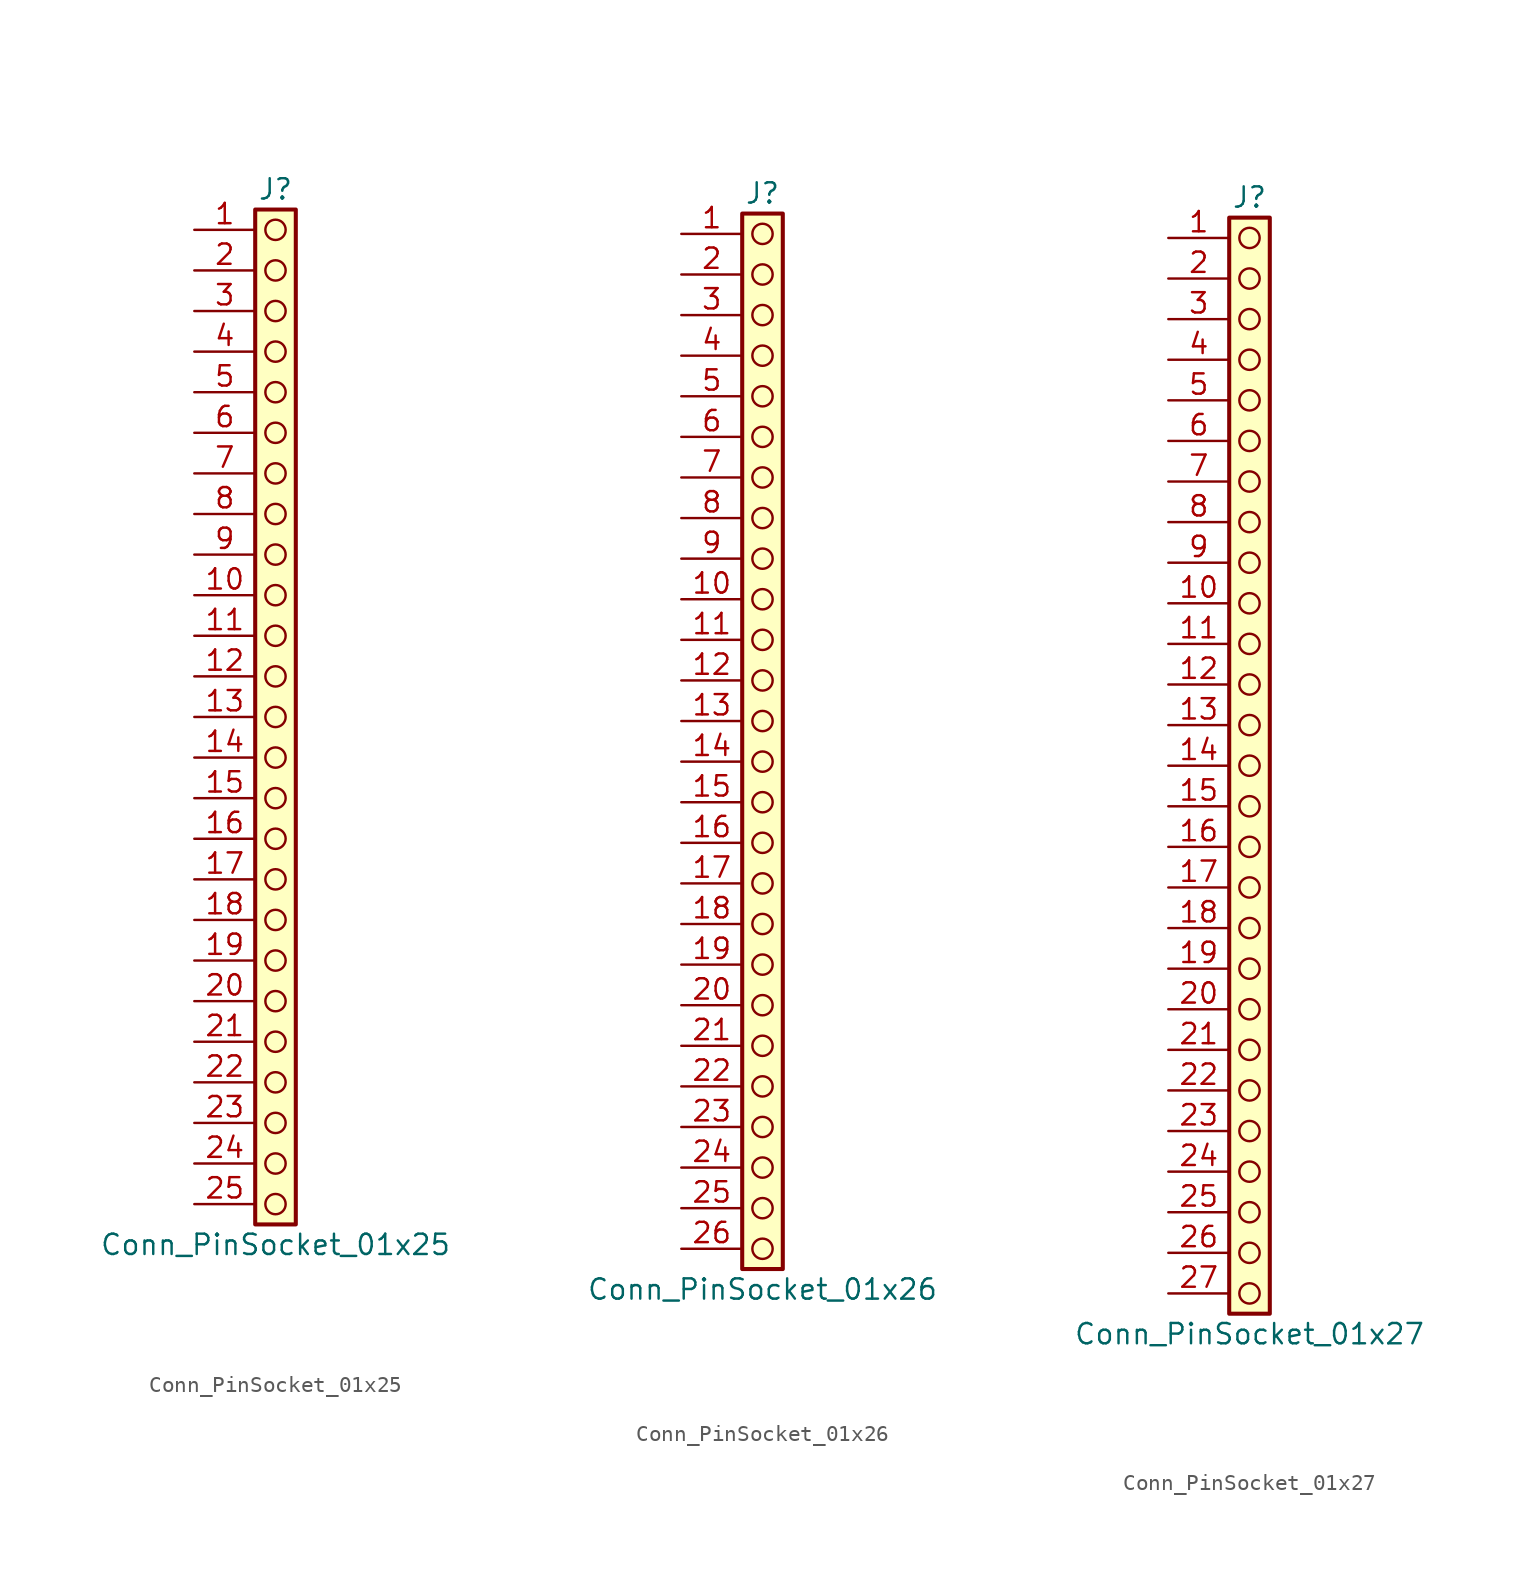
<source format=kicad_sym>
(kicad_symbol_lib
  (version 20241209)
  (generator "kicad_symbol_editor")
  (generator_version "9.0")
  (symbol "Conn_PinSocket_01x25"
    (pin_names
      (offset 1.016)
      (hide yes))
    (property "Reference" "J"
      (at 0 33.02 0)
      (effects (font (size 1.27 1.27))))
    (property "Value" "Conn_PinSocket_01x25"
      (at 0 -33.02 0)
      (effects (font (size 1.27 1.27))))
    (symbol "Conn_PinSocket_01x25_1_1"
      (rectangle (start -1.27 31.75) (end 1.27 -31.75) (stroke (width 0.254) (type default)) (fill (type background)))
      (circle (center 0 30.48) (radius 0.635) (stroke (width 0) (type solid) (color 132 0 0 1)) (fill (type none)))
      (circle (center 0 27.94) (radius 0.635) (stroke (width 0) (type solid) (color 132 0 0 1)) (fill (type none)))
      (circle (center 0 25.4) (radius 0.635) (stroke (width 0) (type solid) (color 132 0 0 1)) (fill (type none)))
      (circle (center 0 22.86) (radius 0.635) (stroke (width 0) (type solid) (color 132 0 0 1)) (fill (type none)))
      (circle (center 0 20.32) (radius 0.635) (stroke (width 0) (type solid) (color 132 0 0 1)) (fill (type none)))
      (circle (center 0 17.78) (radius 0.635) (stroke (width 0) (type solid) (color 132 0 0 1)) (fill (type none)))
      (circle (center 0 15.24) (radius 0.635) (stroke (width 0) (type solid) (color 132 0 0 1)) (fill (type none)))
      (circle (center 0 12.7) (radius 0.635) (stroke (width 0) (type solid) (color 132 0 0 1)) (fill (type none)))
      (circle (center 0 10.16) (radius 0.635) (stroke (width 0) (type solid) (color 132 0 0 1)) (fill (type none)))
      (circle (center 0 7.62) (radius 0.635) (stroke (width 0) (type solid) (color 132 0 0 1)) (fill (type none)))
      (circle (center 0 5.08) (radius 0.635) (stroke (width 0) (type solid) (color 132 0 0 1)) (fill (type none)))
      (circle (center 0 2.54) (radius 0.635) (stroke (width 0) (type solid) (color 132 0 0 1)) (fill (type none)))
      (circle (center 0 0) (radius 0.635) (stroke (width 0) (type solid) (color 132 0 0 1)) (fill (type none)))
      (circle (center 0 -2.54) (radius 0.635) (stroke (width 0) (type solid) (color 132 0 0 1)) (fill (type none)))
      (circle (center 0 -5.08) (radius 0.635) (stroke (width 0) (type solid) (color 132 0 0 1)) (fill (type none)))
      (circle (center 0 -7.62) (radius 0.635) (stroke (width 0) (type solid) (color 132 0 0 1)) (fill (type none)))
      (circle (center 0 -10.16) (radius 0.635) (stroke (width 0) (type solid) (color 132 0 0 1)) (fill (type none)))
      (circle (center 0 -12.7) (radius 0.635) (stroke (width 0) (type solid) (color 132 0 0 1)) (fill (type none)))
      (circle (center 0 -15.24) (radius 0.635) (stroke (width 0) (type solid) (color 132 0 0 1)) (fill (type none)))
      (circle (center 0 -17.78) (radius 0.635) (stroke (width 0) (type solid) (color 132 0 0 1)) (fill (type none)))
      (circle (center 0 -20.32) (radius 0.635) (stroke (width 0) (type solid) (color 132 0 0 1)) (fill (type none)))
      (circle (center 0 -22.86) (radius 0.635) (stroke (width 0) (type solid) (color 132 0 0 1)) (fill (type none)))
      (circle (center 0 -25.4) (radius 0.635) (stroke (width 0) (type solid) (color 132 0 0 1)) (fill (type none)))
      (circle (center 0 -27.94) (radius 0.635) (stroke (width 0) (type solid) (color 132 0 0 1)) (fill (type none)))
      (circle (center 0 -30.48) (radius 0.635) (stroke (width 0) (type solid) (color 132 0 0 1)) (fill (type none)))
      (pin passive line (at -5.08 30.48 0) (length 3.81) (name "Pin_1" (effects (font (size 1.27 1.27)))) (number "1" (effects (font (size 1.27 1.27)))))
      (pin passive line (at -5.08 27.94 0) (length 3.81) (name "Pin_2" (effects (font (size 1.27 1.27)))) (number "2" (effects (font (size 1.27 1.27)))))
      (pin passive line (at -5.08 25.4 0) (length 3.81) (name "Pin_3" (effects (font (size 1.27 1.27)))) (number "3" (effects (font (size 1.27 1.27)))))
      (pin passive line (at -5.08 22.86 0) (length 3.81) (name "Pin_4" (effects (font (size 1.27 1.27)))) (number "4" (effects (font (size 1.27 1.27)))))
      (pin passive line (at -5.08 20.32 0) (length 3.81) (name "Pin_5" (effects (font (size 1.27 1.27)))) (number "5" (effects (font (size 1.27 1.27)))))
      (pin passive line (at -5.08 17.78 0) (length 3.81) (name "Pin_6" (effects (font (size 1.27 1.27)))) (number "6" (effects (font (size 1.27 1.27)))))
      (pin passive line (at -5.08 15.24 0) (length 3.81) (name "Pin_7" (effects (font (size 1.27 1.27)))) (number "7" (effects (font (size 1.27 1.27)))))
      (pin passive line (at -5.08 12.7 0) (length 3.81) (name "Pin_8" (effects (font (size 1.27 1.27)))) (number "8" (effects (font (size 1.27 1.27)))))
      (pin passive line (at -5.08 10.16 0) (length 3.81) (name "Pin_9" (effects (font (size 1.27 1.27)))) (number "9" (effects (font (size 1.27 1.27)))))
      (pin passive line (at -5.08 7.62 0) (length 3.81) (name "Pin_10" (effects (font (size 1.27 1.27)))) (number "10" (effects (font (size 1.27 1.27)))))
      (pin passive line (at -5.08 5.08 0) (length 3.81) (name "Pin_11" (effects (font (size 1.27 1.27)))) (number "11" (effects (font (size 1.27 1.27)))))
      (pin passive line (at -5.08 2.54 0) (length 3.81) (name "Pin_12" (effects (font (size 1.27 1.27)))) (number "12" (effects (font (size 1.27 1.27)))))
      (pin passive line (at -5.08 0 0) (length 3.81) (name "Pin_13" (effects (font (size 1.27 1.27)))) (number "13" (effects (font (size 1.27 1.27)))))
      (pin passive line (at -5.08 -2.54 0) (length 3.81) (name "Pin_14" (effects (font (size 1.27 1.27)))) (number "14" (effects (font (size 1.27 1.27)))))
      (pin passive line (at -5.08 -5.08 0) (length 3.81) (name "Pin_15" (effects (font (size 1.27 1.27)))) (number "15" (effects (font (size 1.27 1.27)))))
      (pin passive line (at -5.08 -7.62 0) (length 3.81) (name "Pin_16" (effects (font (size 1.27 1.27)))) (number "16" (effects (font (size 1.27 1.27)))))
      (pin passive line (at -5.08 -10.16 0) (length 3.81) (name "Pin_17" (effects (font (size 1.27 1.27)))) (number "17" (effects (font (size 1.27 1.27)))))
      (pin passive line (at -5.08 -12.7 0) (length 3.81) (name "Pin_18" (effects (font (size 1.27 1.27)))) (number "18" (effects (font (size 1.27 1.27)))))
      (pin passive line (at -5.08 -15.24 0) (length 3.81) (name "Pin_19" (effects (font (size 1.27 1.27)))) (number "19" (effects (font (size 1.27 1.27)))))
      (pin passive line (at -5.08 -17.78 0) (length 3.81) (name "Pin_20" (effects (font (size 1.27 1.27)))) (number "20" (effects (font (size 1.27 1.27)))))
      (pin passive line (at -5.08 -20.32 0) (length 3.81) (name "Pin_21" (effects (font (size 1.27 1.27)))) (number "21" (effects (font (size 1.27 1.27)))))
      (pin passive line (at -5.08 -22.86 0) (length 3.81) (name "Pin_22" (effects (font (size 1.27 1.27)))) (number "22" (effects (font (size 1.27 1.27)))))
      (pin passive line (at -5.08 -25.4 0) (length 3.81) (name "Pin_23" (effects (font (size 1.27 1.27)))) (number "23" (effects (font (size 1.27 1.27)))))
      (pin passive line (at -5.08 -27.94 0) (length 3.81) (name "Pin_24" (effects (font (size 1.27 1.27)))) (number "24" (effects (font (size 1.27 1.27)))))
      (pin passive line (at -5.08 -30.48 0) (length 3.81) (name "Pin_25" (effects (font (size 1.27 1.27)))) (number "25" (effects (font (size 1.27 1.27)))))))
  (symbol "Conn_PinSocket_01x26"
    (pin_names
      (offset 1.016)
      (hide yes))
    (property "Reference" "J"
      (at 0 33.02 0)
      (effects (font (size 1.27 1.27))))
    (property "Value" "Conn_PinSocket_01x26"
      (at 0 -35.56 0)
      (effects (font (size 1.27 1.27))))
    (symbol "Conn_PinSocket_01x26_1_1"
      (rectangle (start -1.27 31.75) (end 1.27 -34.29) (stroke (width 0.254) (type default)) (fill (type background)))
      (circle (center 0 30.48) (radius 0.635) (stroke (width 0) (type solid) (color 132 0 0 1)) (fill (type none)))
      (circle (center 0 27.94) (radius 0.635) (stroke (width 0) (type solid) (color 132 0 0 1)) (fill (type none)))
      (circle (center 0 25.4) (radius 0.635) (stroke (width 0) (type solid) (color 132 0 0 1)) (fill (type none)))
      (circle (center 0 22.86) (radius 0.635) (stroke (width 0) (type solid) (color 132 0 0 1)) (fill (type none)))
      (circle (center 0 20.32) (radius 0.635) (stroke (width 0) (type solid) (color 132 0 0 1)) (fill (type none)))
      (circle (center 0 17.78) (radius 0.635) (stroke (width 0) (type solid) (color 132 0 0 1)) (fill (type none)))
      (circle (center 0 15.24) (radius 0.635) (stroke (width 0) (type solid) (color 132 0 0 1)) (fill (type none)))
      (circle (center 0 12.7) (radius 0.635) (stroke (width 0) (type solid) (color 132 0 0 1)) (fill (type none)))
      (circle (center 0 10.16) (radius 0.635) (stroke (width 0) (type solid) (color 132 0 0 1)) (fill (type none)))
      (circle (center 0 7.62) (radius 0.635) (stroke (width 0) (type solid) (color 132 0 0 1)) (fill (type none)))
      (circle (center 0 5.08) (radius 0.635) (stroke (width 0) (type solid) (color 132 0 0 1)) (fill (type none)))
      (circle (center 0 2.54) (radius 0.635) (stroke (width 0) (type solid) (color 132 0 0 1)) (fill (type none)))
      (circle (center 0 0) (radius 0.635) (stroke (width 0) (type solid) (color 132 0 0 1)) (fill (type none)))
      (circle (center 0 -2.54) (radius 0.635) (stroke (width 0) (type solid) (color 132 0 0 1)) (fill (type none)))
      (circle (center 0 -5.08) (radius 0.635) (stroke (width 0) (type solid) (color 132 0 0 1)) (fill (type none)))
      (circle (center 0 -7.62) (radius 0.635) (stroke (width 0) (type solid) (color 132 0 0 1)) (fill (type none)))
      (circle (center 0 -10.16) (radius 0.635) (stroke (width 0) (type solid) (color 132 0 0 1)) (fill (type none)))
      (circle (center 0 -12.7) (radius 0.635) (stroke (width 0) (type solid) (color 132 0 0 1)) (fill (type none)))
      (circle (center 0 -15.24) (radius 0.635) (stroke (width 0) (type solid) (color 132 0 0 1)) (fill (type none)))
      (circle (center 0 -17.78) (radius 0.635) (stroke (width 0) (type solid) (color 132 0 0 1)) (fill (type none)))
      (circle (center 0 -20.32) (radius 0.635) (stroke (width 0) (type solid) (color 132 0 0 1)) (fill (type none)))
      (circle (center 0 -22.86) (radius 0.635) (stroke (width 0) (type solid) (color 132 0 0 1)) (fill (type none)))
      (circle (center 0 -25.4) (radius 0.635) (stroke (width 0) (type solid) (color 132 0 0 1)) (fill (type none)))
      (circle (center 0 -27.94) (radius 0.635) (stroke (width 0) (type solid) (color 132 0 0 1)) (fill (type none)))
      (circle (center 0 -30.48) (radius 0.635) (stroke (width 0) (type solid) (color 132 0 0 1)) (fill (type none)))
      (circle (center 0 -33.02) (radius 0.635) (stroke (width 0) (type solid) (color 132 0 0 1)) (fill (type none)))
      (pin passive line (at -5.08 30.48 0) (length 3.81) (name "Pin_1" (effects (font (size 1.27 1.27)))) (number "1" (effects (font (size 1.27 1.27)))))
      (pin passive line (at -5.08 27.94 0) (length 3.81) (name "Pin_2" (effects (font (size 1.27 1.27)))) (number "2" (effects (font (size 1.27 1.27)))))
      (pin passive line (at -5.08 25.4 0) (length 3.81) (name "Pin_3" (effects (font (size 1.27 1.27)))) (number "3" (effects (font (size 1.27 1.27)))))
      (pin passive line (at -5.08 22.86 0) (length 3.81) (name "Pin_4" (effects (font (size 1.27 1.27)))) (number "4" (effects (font (size 1.27 1.27)))))
      (pin passive line (at -5.08 20.32 0) (length 3.81) (name "Pin_5" (effects (font (size 1.27 1.27)))) (number "5" (effects (font (size 1.27 1.27)))))
      (pin passive line (at -5.08 17.78 0) (length 3.81) (name "Pin_6" (effects (font (size 1.27 1.27)))) (number "6" (effects (font (size 1.27 1.27)))))
      (pin passive line (at -5.08 15.24 0) (length 3.81) (name "Pin_7" (effects (font (size 1.27 1.27)))) (number "7" (effects (font (size 1.27 1.27)))))
      (pin passive line (at -5.08 12.7 0) (length 3.81) (name "Pin_8" (effects (font (size 1.27 1.27)))) (number "8" (effects (font (size 1.27 1.27)))))
      (pin passive line (at -5.08 10.16 0) (length 3.81) (name "Pin_9" (effects (font (size 1.27 1.27)))) (number "9" (effects (font (size 1.27 1.27)))))
      (pin passive line (at -5.08 7.62 0) (length 3.81) (name "Pin_10" (effects (font (size 1.27 1.27)))) (number "10" (effects (font (size 1.27 1.27)))))
      (pin passive line (at -5.08 5.08 0) (length 3.81) (name "Pin_11" (effects (font (size 1.27 1.27)))) (number "11" (effects (font (size 1.27 1.27)))))
      (pin passive line (at -5.08 2.54 0) (length 3.81) (name "Pin_12" (effects (font (size 1.27 1.27)))) (number "12" (effects (font (size 1.27 1.27)))))
      (pin passive line (at -5.08 0 0) (length 3.81) (name "Pin_13" (effects (font (size 1.27 1.27)))) (number "13" (effects (font (size 1.27 1.27)))))
      (pin passive line (at -5.08 -2.54 0) (length 3.81) (name "Pin_14" (effects (font (size 1.27 1.27)))) (number "14" (effects (font (size 1.27 1.27)))))
      (pin passive line (at -5.08 -5.08 0) (length 3.81) (name "Pin_15" (effects (font (size 1.27 1.27)))) (number "15" (effects (font (size 1.27 1.27)))))
      (pin passive line (at -5.08 -7.62 0) (length 3.81) (name "Pin_16" (effects (font (size 1.27 1.27)))) (number "16" (effects (font (size 1.27 1.27)))))
      (pin passive line (at -5.08 -10.16 0) (length 3.81) (name "Pin_17" (effects (font (size 1.27 1.27)))) (number "17" (effects (font (size 1.27 1.27)))))
      (pin passive line (at -5.08 -12.7 0) (length 3.81) (name "Pin_18" (effects (font (size 1.27 1.27)))) (number "18" (effects (font (size 1.27 1.27)))))
      (pin passive line (at -5.08 -15.24 0) (length 3.81) (name "Pin_19" (effects (font (size 1.27 1.27)))) (number "19" (effects (font (size 1.27 1.27)))))
      (pin passive line (at -5.08 -17.78 0) (length 3.81) (name "Pin_20" (effects (font (size 1.27 1.27)))) (number "20" (effects (font (size 1.27 1.27)))))
      (pin passive line (at -5.08 -20.32 0) (length 3.81) (name "Pin_21" (effects (font (size 1.27 1.27)))) (number "21" (effects (font (size 1.27 1.27)))))
      (pin passive line (at -5.08 -22.86 0) (length 3.81) (name "Pin_22" (effects (font (size 1.27 1.27)))) (number "22" (effects (font (size 1.27 1.27)))))
      (pin passive line (at -5.08 -25.4 0) (length 3.81) (name "Pin_23" (effects (font (size 1.27 1.27)))) (number "23" (effects (font (size 1.27 1.27)))))
      (pin passive line (at -5.08 -27.94 0) (length 3.81) (name "Pin_24" (effects (font (size 1.27 1.27)))) (number "24" (effects (font (size 1.27 1.27)))))
      (pin passive line (at -5.08 -30.48 0) (length 3.81) (name "Pin_25" (effects (font (size 1.27 1.27)))) (number "25" (effects (font (size 1.27 1.27)))))
      (pin passive line (at -5.08 -33.02 0) (length 3.81) (name "Pin_26" (effects (font (size 1.27 1.27)))) (number "26" (effects (font (size 1.27 1.27)))))))
  (symbol "Conn_PinSocket_01x27"
    (pin_names
      (offset 1.016)
      (hide yes))
    (property "Reference" "J"
      (at 0 35.56 0)
      (effects (font (size 1.27 1.27))))
    (property "Value" "Conn_PinSocket_01x27"
      (at 0 -35.56 0)
      (effects (font (size 1.27 1.27))))
    (symbol "Conn_PinSocket_01x27_1_1"
      (rectangle (start -1.27 34.29) (end 1.27 -34.29) (stroke (width 0.254) (type default)) (fill (type background)))
      (circle (center 0 33.02) (radius 0.635) (stroke (width 0) (type solid) (color 132 0 0 1)) (fill (type none)))
      (circle (center 0 30.48) (radius 0.635) (stroke (width 0) (type solid) (color 132 0 0 1)) (fill (type none)))
      (circle (center 0 27.94) (radius 0.635) (stroke (width 0) (type solid) (color 132 0 0 1)) (fill (type none)))
      (circle (center 0 25.4) (radius 0.635) (stroke (width 0) (type solid) (color 132 0 0 1)) (fill (type none)))
      (circle (center 0 22.86) (radius 0.635) (stroke (width 0) (type solid) (color 132 0 0 1)) (fill (type none)))
      (circle (center 0 20.32) (radius 0.635) (stroke (width 0) (type solid) (color 132 0 0 1)) (fill (type none)))
      (circle (center 0 17.78) (radius 0.635) (stroke (width 0) (type solid) (color 132 0 0 1)) (fill (type none)))
      (circle (center 0 15.24) (radius 0.635) (stroke (width 0) (type solid) (color 132 0 0 1)) (fill (type none)))
      (circle (center 0 12.7) (radius 0.635) (stroke (width 0) (type solid) (color 132 0 0 1)) (fill (type none)))
      (circle (center 0 10.16) (radius 0.635) (stroke (width 0) (type solid) (color 132 0 0 1)) (fill (type none)))
      (circle (center 0 7.62) (radius 0.635) (stroke (width 0) (type solid) (color 132 0 0 1)) (fill (type none)))
      (circle (center 0 5.08) (radius 0.635) (stroke (width 0) (type solid) (color 132 0 0 1)) (fill (type none)))
      (circle (center 0 2.54) (radius 0.635) (stroke (width 0) (type solid) (color 132 0 0 1)) (fill (type none)))
      (circle (center 0 0) (radius 0.635) (stroke (width 0) (type solid) (color 132 0 0 1)) (fill (type none)))
      (circle (center 0 -2.54) (radius 0.635) (stroke (width 0) (type solid) (color 132 0 0 1)) (fill (type none)))
      (circle (center 0 -5.08) (radius 0.635) (stroke (width 0) (type solid) (color 132 0 0 1)) (fill (type none)))
      (circle (center 0 -7.62) (radius 0.635) (stroke (width 0) (type solid) (color 132 0 0 1)) (fill (type none)))
      (circle (center 0 -10.16) (radius 0.635) (stroke (width 0) (type solid) (color 132 0 0 1)) (fill (type none)))
      (circle (center 0 -12.7) (radius 0.635) (stroke (width 0) (type solid) (color 132 0 0 1)) (fill (type none)))
      (circle (center 0 -15.24) (radius 0.635) (stroke (width 0) (type solid) (color 132 0 0 1)) (fill (type none)))
      (circle (center 0 -17.78) (radius 0.635) (stroke (width 0) (type solid) (color 132 0 0 1)) (fill (type none)))
      (circle (center 0 -20.32) (radius 0.635) (stroke (width 0) (type solid) (color 132 0 0 1)) (fill (type none)))
      (circle (center 0 -22.86) (radius 0.635) (stroke (width 0) (type solid) (color 132 0 0 1)) (fill (type none)))
      (circle (center 0 -25.4) (radius 0.635) (stroke (width 0) (type solid) (color 132 0 0 1)) (fill (type none)))
      (circle (center 0 -27.94) (radius 0.635) (stroke (width 0) (type solid) (color 132 0 0 1)) (fill (type none)))
      (circle (center 0 -30.48) (radius 0.635) (stroke (width 0) (type solid) (color 132 0 0 1)) (fill (type none)))
      (circle (center 0 -33.02) (radius 0.635) (stroke (width 0) (type solid) (color 132 0 0 1)) (fill (type none)))
      (pin passive line (at -5.08 33.02 0) (length 3.81) (name "Pin_1" (effects (font (size 1.27 1.27)))) (number "1" (effects (font (size 1.27 1.27)))))
      (pin passive line (at -5.08 30.48 0) (length 3.81) (name "Pin_2" (effects (font (size 1.27 1.27)))) (number "2" (effects (font (size 1.27 1.27)))))
      (pin passive line (at -5.08 27.94 0) (length 3.81) (name "Pin_3" (effects (font (size 1.27 1.27)))) (number "3" (effects (font (size 1.27 1.27)))))
      (pin passive line (at -5.08 25.4 0) (length 3.81) (name "Pin_4" (effects (font (size 1.27 1.27)))) (number "4" (effects (font (size 1.27 1.27)))))
      (pin passive line (at -5.08 22.86 0) (length 3.81) (name "Pin_5" (effects (font (size 1.27 1.27)))) (number "5" (effects (font (size 1.27 1.27)))))
      (pin passive line (at -5.08 20.32 0) (length 3.81) (name "Pin_6" (effects (font (size 1.27 1.27)))) (number "6" (effects (font (size 1.27 1.27)))))
      (pin passive line (at -5.08 17.78 0) (length 3.81) (name "Pin_7" (effects (font (size 1.27 1.27)))) (number "7" (effects (font (size 1.27 1.27)))))
      (pin passive line (at -5.08 15.24 0) (length 3.81) (name "Pin_8" (effects (font (size 1.27 1.27)))) (number "8" (effects (font (size 1.27 1.27)))))
      (pin passive line (at -5.08 12.7 0) (length 3.81) (name "Pin_9" (effects (font (size 1.27 1.27)))) (number "9" (effects (font (size 1.27 1.27)))))
      (pin passive line (at -5.08 10.16 0) (length 3.81) (name "Pin_10" (effects (font (size 1.27 1.27)))) (number "10" (effects (font (size 1.27 1.27)))))
      (pin passive line (at -5.08 7.62 0) (length 3.81) (name "Pin_11" (effects (font (size 1.27 1.27)))) (number "11" (effects (font (size 1.27 1.27)))))
      (pin passive line (at -5.08 5.08 0) (length 3.81) (name "Pin_12" (effects (font (size 1.27 1.27)))) (number "12" (effects (font (size 1.27 1.27)))))
      (pin passive line (at -5.08 2.54 0) (length 3.81) (name "Pin_13" (effects (font (size 1.27 1.27)))) (number "13" (effects (font (size 1.27 1.27)))))
      (pin passive line (at -5.08 0 0) (length 3.81) (name "Pin_14" (effects (font (size 1.27 1.27)))) (number "14" (effects (font (size 1.27 1.27)))))
      (pin passive line (at -5.08 -2.54 0) (length 3.81) (name "Pin_15" (effects (font (size 1.27 1.27)))) (number "15" (effects (font (size 1.27 1.27)))))
      (pin passive line (at -5.08 -5.08 0) (length 3.81) (name "Pin_16" (effects (font (size 1.27 1.27)))) (number "16" (effects (font (size 1.27 1.27)))))
      (pin passive line (at -5.08 -7.62 0) (length 3.81) (name "Pin_17" (effects (font (size 1.27 1.27)))) (number "17" (effects (font (size 1.27 1.27)))))
      (pin passive line (at -5.08 -10.16 0) (length 3.81) (name "Pin_18" (effects (font (size 1.27 1.27)))) (number "18" (effects (font (size 1.27 1.27)))))
      (pin passive line (at -5.08 -12.7 0) (length 3.81) (name "Pin_19" (effects (font (size 1.27 1.27)))) (number "19" (effects (font (size 1.27 1.27)))))
      (pin passive line (at -5.08 -15.24 0) (length 3.81) (name "Pin_20" (effects (font (size 1.27 1.27)))) (number "20" (effects (font (size 1.27 1.27)))))
      (pin passive line (at -5.08 -17.78 0) (length 3.81) (name "Pin_21" (effects (font (size 1.27 1.27)))) (number "21" (effects (font (size 1.27 1.27)))))
      (pin passive line (at -5.08 -20.32 0) (length 3.81) (name "Pin_22" (effects (font (size 1.27 1.27)))) (number "22" (effects (font (size 1.27 1.27)))))
      (pin passive line (at -5.08 -22.86 0) (length 3.81) (name "Pin_23" (effects (font (size 1.27 1.27)))) (number "23" (effects (font (size 1.27 1.27)))))
      (pin passive line (at -5.08 -25.4 0) (length 3.81) (name "Pin_24" (effects (font (size 1.27 1.27)))) (number "24" (effects (font (size 1.27 1.27)))))
      (pin passive line (at -5.08 -27.94 0) (length 3.81) (name "Pin_25" (effects (font (size 1.27 1.27)))) (number "25" (effects (font (size 1.27 1.27)))))
      (pin passive line (at -5.08 -30.48 0) (length 3.81) (name "Pin_26" (effects (font (size 1.27 1.27)))) (number "26" (effects (font (size 1.27 1.27)))))
      (pin passive line (at -5.08 -33.02 0) (length 3.81) (name "Pin_27" (effects (font (size 1.27 1.27)))) (number "27" (effects (font (size 1.27 1.27))))))))
</source>
